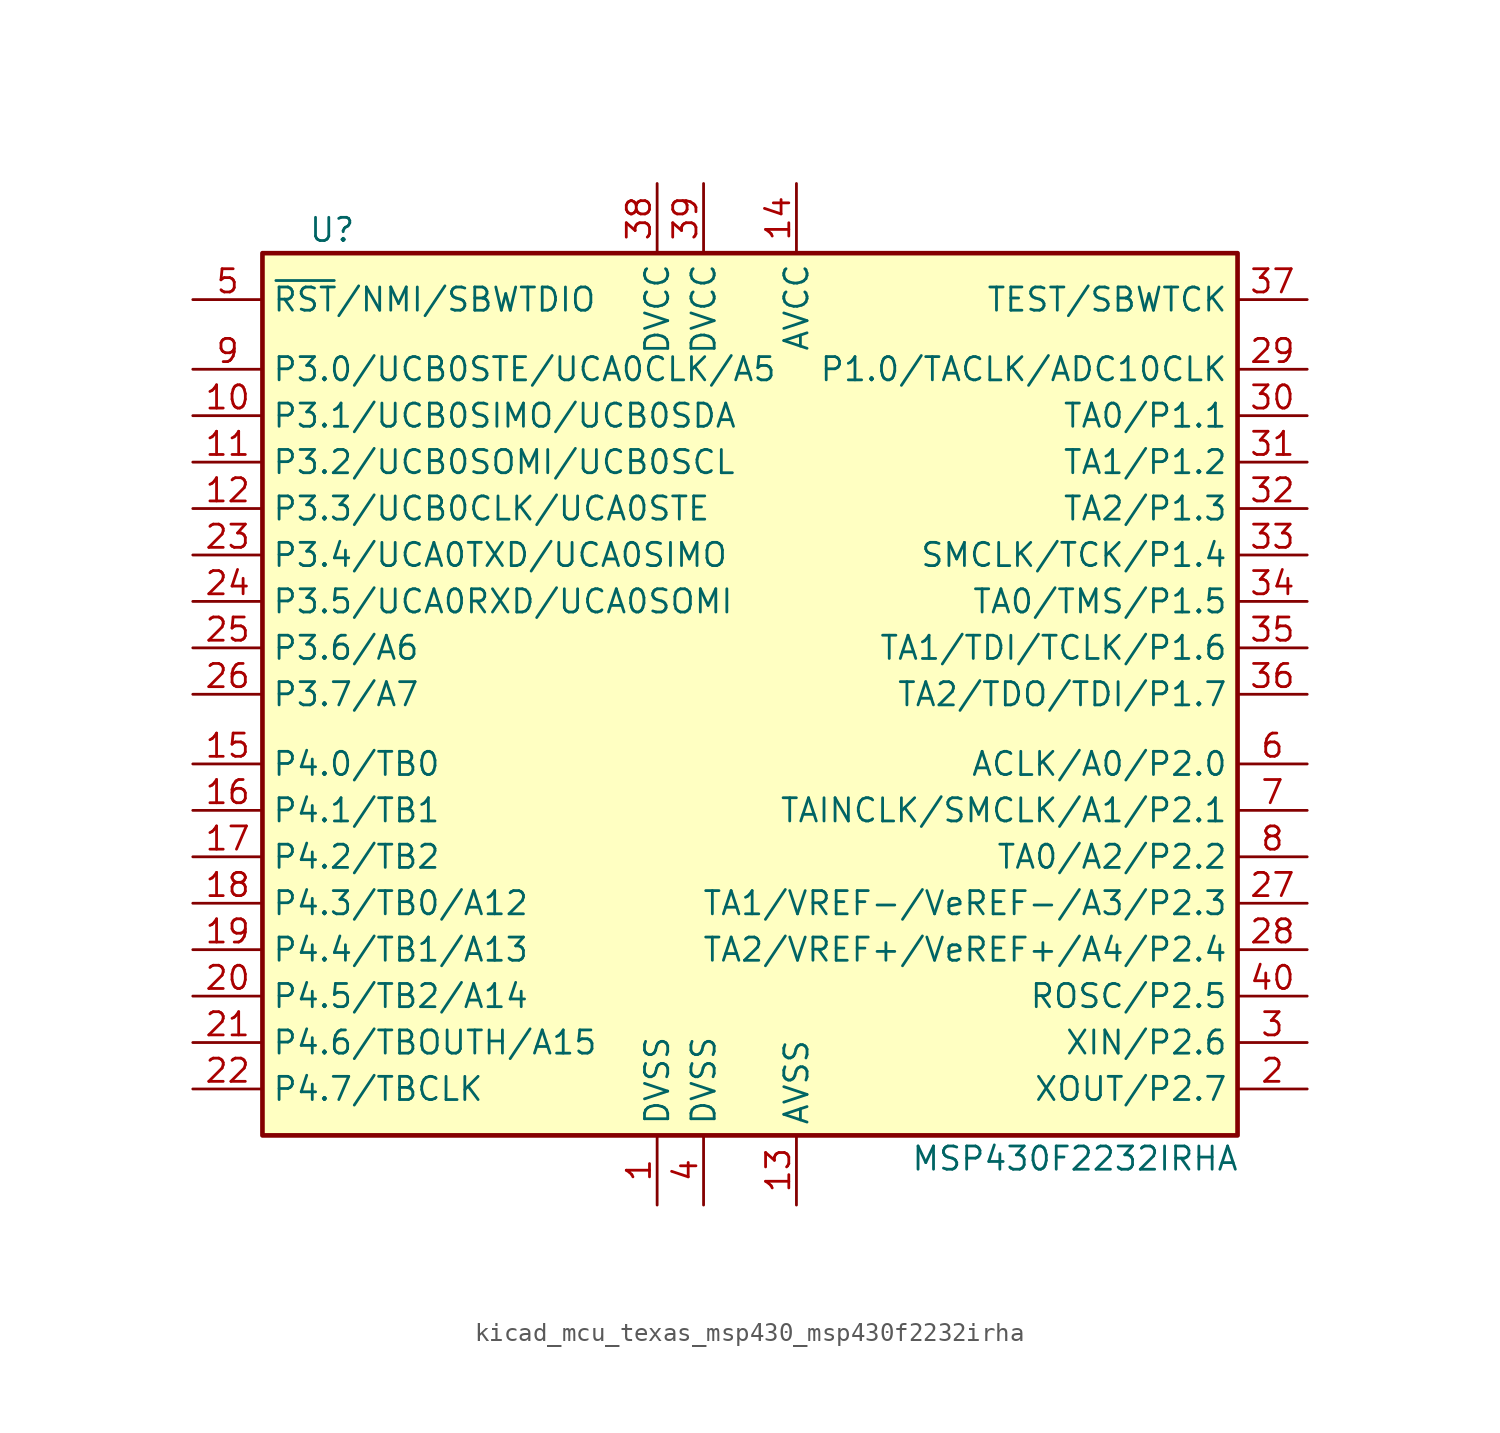
<source format=kicad_sym>
(kicad_symbol_lib
  (version 20220914)
  (generator kicad_symbol_editor)
  (symbol "kicad_mcu_texas_msp430_msp430f2232irha"
    (property "Reference" "U"
      (at -22.86 25.4 0)
      (effects (font (size 1.27 1.27))))
    (property "Value" "MSP430F2232IRHA"
      (at 17.78 -25.4 0)
      (effects (font (size 1.27 1.27))))
    (symbol "kicad_mcu_texas_msp430_msp430f2232irha_0_1"
      (rectangle (start -26.67 24.13) (end 26.67 -24.13) (stroke (width 0.254) (type default)) (fill (type background))))
    (symbol "kicad_mcu_texas_msp430_msp430f2232irha_1_1"
      (pin power_in line (at -5.08 -27.94 90) (length 3.81) (name "DVSS" (effects (font (size 1.27 1.27)))) (number "1" (effects (font (size 1.27 1.27)))))
      (pin bidirectional line (at -30.48 15.24 0) (length 3.81) (name "P3.1/UCB0SIMO/UCB0SDA" (effects (font (size 1.27 1.27)))) (number "10" (effects (font (size 1.27 1.27)))))
      (pin bidirectional line (at -30.48 12.7 0) (length 3.81) (name "P3.2/UCB0SOMI/UCB0SCL" (effects (font (size 1.27 1.27)))) (number "11" (effects (font (size 1.27 1.27)))))
      (pin bidirectional line (at -30.48 10.16 0) (length 3.81) (name "P3.3/UCB0CLK/UCA0STE" (effects (font (size 1.27 1.27)))) (number "12" (effects (font (size 1.27 1.27)))))
      (pin power_in line (at 2.54 -27.94 90) (length 3.81) (name "AVSS" (effects (font (size 1.27 1.27)))) (number "13" (effects (font (size 1.27 1.27)))))
      (pin power_in line (at 2.54 27.94 270) (length 3.81) (name "AVCC" (effects (font (size 1.27 1.27)))) (number "14" (effects (font (size 1.27 1.27)))))
      (pin bidirectional line (at -30.48 -3.81 0) (length 3.81) (name "P4.0/TB0" (effects (font (size 1.27 1.27)))) (number "15" (effects (font (size 1.27 1.27)))))
      (pin bidirectional line (at -30.48 -6.35 0) (length 3.81) (name "P4.1/TB1" (effects (font (size 1.27 1.27)))) (number "16" (effects (font (size 1.27 1.27)))))
      (pin bidirectional line (at -30.48 -8.89 0) (length 3.81) (name "P4.2/TB2" (effects (font (size 1.27 1.27)))) (number "17" (effects (font (size 1.27 1.27)))))
      (pin bidirectional line (at -30.48 -11.43 0) (length 3.81) (name "P4.3/TB0/A12" (effects (font (size 1.27 1.27)))) (number "18" (effects (font (size 1.27 1.27)))))
      (pin bidirectional line (at -30.48 -13.97 0) (length 3.81) (name "P4.4/TB1/A13" (effects (font (size 1.27 1.27)))) (number "19" (effects (font (size 1.27 1.27)))))
      (pin bidirectional line (at 30.48 -21.59 180) (length 3.81) (name "XOUT/P2.7" (effects (font (size 1.27 1.27)))) (number "2" (effects (font (size 1.27 1.27)))))
      (pin bidirectional line (at -30.48 -16.51 0) (length 3.81) (name "P4.5/TB2/A14" (effects (font (size 1.27 1.27)))) (number "20" (effects (font (size 1.27 1.27)))))
      (pin bidirectional line (at -30.48 -19.05 0) (length 3.81) (name "P4.6/TBOUTH/A15" (effects (font (size 1.27 1.27)))) (number "21" (effects (font (size 1.27 1.27)))))
      (pin bidirectional line (at -30.48 -21.59 0) (length 3.81) (name "P4.7/TBCLK" (effects (font (size 1.27 1.27)))) (number "22" (effects (font (size 1.27 1.27)))))
      (pin bidirectional line (at -30.48 7.62 0) (length 3.81) (name "P3.4/UCA0TXD/UCA0SIMO" (effects (font (size 1.27 1.27)))) (number "23" (effects (font (size 1.27 1.27)))))
      (pin bidirectional line (at -30.48 5.08 0) (length 3.81) (name "P3.5/UCA0RXD/UCA0SOMI" (effects (font (size 1.27 1.27)))) (number "24" (effects (font (size 1.27 1.27)))))
      (pin bidirectional line (at -30.48 2.54 0) (length 3.81) (name "P3.6/A6" (effects (font (size 1.27 1.27)))) (number "25" (effects (font (size 1.27 1.27)))))
      (pin bidirectional line (at -30.48 0 0) (length 3.81) (name "P3.7/A7" (effects (font (size 1.27 1.27)))) (number "26" (effects (font (size 1.27 1.27)))))
      (pin bidirectional line (at 30.48 -11.43 180) (length 3.81) (name "TA1/VREF-/VeREF-/A3/P2.3" (effects (font (size 1.27 1.27)))) (number "27" (effects (font (size 1.27 1.27)))))
      (pin bidirectional line (at 30.48 -13.97 180) (length 3.81) (name "TA2/VREF+/VeREF+/A4/P2.4" (effects (font (size 1.27 1.27)))) (number "28" (effects (font (size 1.27 1.27)))))
      (pin bidirectional line (at 30.48 17.78 180) (length 3.81) (name "P1.0/TACLK/ADC10CLK" (effects (font (size 1.27 1.27)))) (number "29" (effects (font (size 1.27 1.27)))))
      (pin bidirectional line (at 30.48 -19.05 180) (length 3.81) (name "XIN/P2.6" (effects (font (size 1.27 1.27)))) (number "3" (effects (font (size 1.27 1.27)))))
      (pin bidirectional line (at 30.48 15.24 180) (length 3.81) (name "TA0/P1.1" (effects (font (size 1.27 1.27)))) (number "30" (effects (font (size 1.27 1.27)))))
      (pin bidirectional line (at 30.48 12.7 180) (length 3.81) (name "TA1/P1.2" (effects (font (size 1.27 1.27)))) (number "31" (effects (font (size 1.27 1.27)))))
      (pin bidirectional line (at 30.48 10.16 180) (length 3.81) (name "TA2/P1.3" (effects (font (size 1.27 1.27)))) (number "32" (effects (font (size 1.27 1.27)))))
      (pin bidirectional line (at 30.48 7.62 180) (length 3.81) (name "SMCLK/TCK/P1.4" (effects (font (size 1.27 1.27)))) (number "33" (effects (font (size 1.27 1.27)))))
      (pin bidirectional line (at 30.48 5.08 180) (length 3.81) (name "TA0/TMS/P1.5" (effects (font (size 1.27 1.27)))) (number "34" (effects (font (size 1.27 1.27)))))
      (pin bidirectional line (at 30.48 2.54 180) (length 3.81) (name "TA1/TDI/TCLK/P1.6" (effects (font (size 1.27 1.27)))) (number "35" (effects (font (size 1.27 1.27)))))
      (pin bidirectional line (at 30.48 0 180) (length 3.81) (name "TA2/TDO/TDI/P1.7" (effects (font (size 1.27 1.27)))) (number "36" (effects (font (size 1.27 1.27)))))
      (pin input line (at 30.48 21.59 180) (length 3.81) (name "TEST/SBWTCK" (effects (font (size 1.27 1.27)))) (number "37" (effects (font (size 1.27 1.27)))))
      (pin power_in line (at -5.08 27.94 270) (length 3.81) (name "DVCC" (effects (font (size 1.27 1.27)))) (number "38" (effects (font (size 1.27 1.27)))))
      (pin power_in line (at -2.54 27.94 270) (length 3.81) (name "DVCC" (effects (font (size 1.27 1.27)))) (number "39" (effects (font (size 1.27 1.27)))))
      (pin power_in line (at -2.54 -27.94 90) (length 3.81) (name "DVSS" (effects (font (size 1.27 1.27)))) (number "4" (effects (font (size 1.27 1.27)))))
      (pin bidirectional line (at 30.48 -16.51 180) (length 3.81) (name "ROSC/P2.5" (effects (font (size 1.27 1.27)))) (number "40" (effects (font (size 1.27 1.27)))))
      (pin input line (at -30.48 21.59 0) (length 3.81) (name "~{RST}/NMI/SBWTDIO" (effects (font (size 1.27 1.27)))) (number "5" (effects (font (size 1.27 1.27)))))
      (pin bidirectional line (at 30.48 -3.81 180) (length 3.81) (name "ACLK/A0/P2.0" (effects (font (size 1.27 1.27)))) (number "6" (effects (font (size 1.27 1.27)))))
      (pin bidirectional line (at 30.48 -6.35 180) (length 3.81) (name "TAINCLK/SMCLK/A1/P2.1" (effects (font (size 1.27 1.27)))) (number "7" (effects (font (size 1.27 1.27)))))
      (pin bidirectional line (at 30.48 -8.89 180) (length 3.81) (name "TA0/A2/P2.2" (effects (font (size 1.27 1.27)))) (number "8" (effects (font (size 1.27 1.27)))))
      (pin bidirectional line (at -30.48 17.78 0) (length 3.81) (name "P3.0/UCB0STE/UCA0CLK/A5" (effects (font (size 1.27 1.27)))) (number "9" (effects (font (size 1.27 1.27))))))))
</source>
